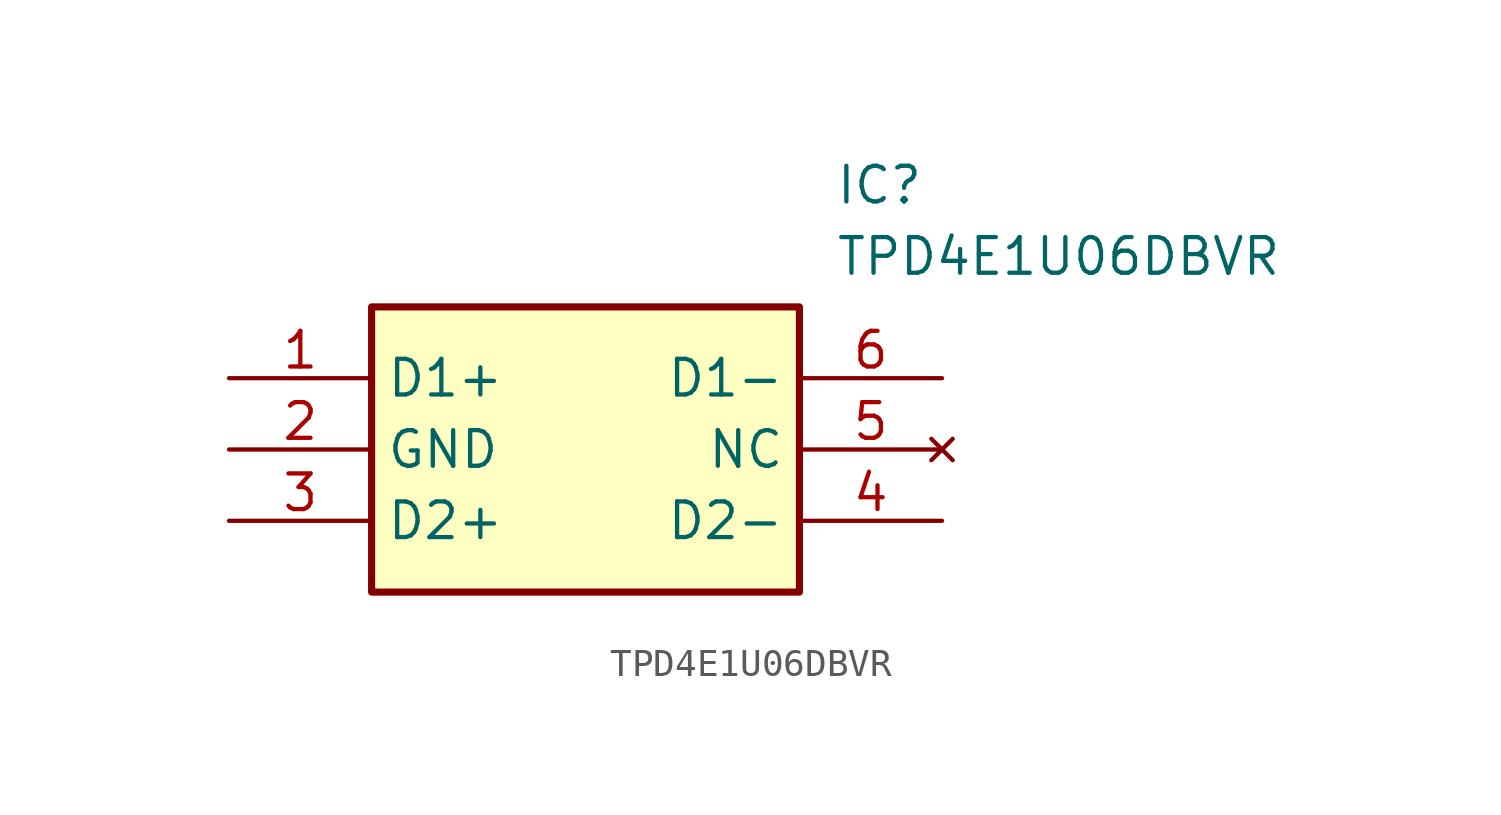
<source format=kicad_sym>
(kicad_symbol_lib
  (version 20211014)
  (generator SamacSys_ECAD_Model)
  (symbol "TPD4E1U06DBVR"
    (property "Reference" "IC"
      (at 21.59 7.62 0)
      (effects (font (size 1.27 1.27)) (justify left top)))
    (property "Value" "TPD4E1U06DBVR"
      (at 21.59 5.08 0)
      (effects (font (size 1.27 1.27)) (justify left top)))
    (rectangle
      (start 5.08 2.54)
      (end 20.32 -7.62)
      (stroke (width 0.254) (type default))
      (fill (type background)))
    (pin passive line
      (at 0 0 0)
      (length 5.08)
      (name "D1+" (effects (font (size 1.27 1.27))))
      (number "1" (effects (font (size 1.27 1.27)))))
    (pin passive line
      (at 0 -2.54 0)
      (length 5.08)
      (name "GND" (effects (font (size 1.27 1.27))))
      (number "2" (effects (font (size 1.27 1.27)))))
    (pin passive line
      (at 0 -5.08 0)
      (length 5.08)
      (name "D2+" (effects (font (size 1.27 1.27))))
      (number "3" (effects (font (size 1.27 1.27)))))
    (pin passive line
      (at 25.4 0 180)
      (length 5.08)
      (name "D1-" (effects (font (size 1.27 1.27))))
      (number "6" (effects (font (size 1.27 1.27)))))
    (pin no_connect line
      (at 25.4 -2.54 180)
      (length 5.08)
      (name "NC" (effects (font (size 1.27 1.27))))
      (number "5" (effects (font (size 1.27 1.27)))))
    (pin passive line
      (at 25.4 -5.08 180)
      (length 5.08)
      (name "D2-" (effects (font (size 1.27 1.27))))
      (number "4" (effects (font (size 1.27 1.27)))))))
</source>
